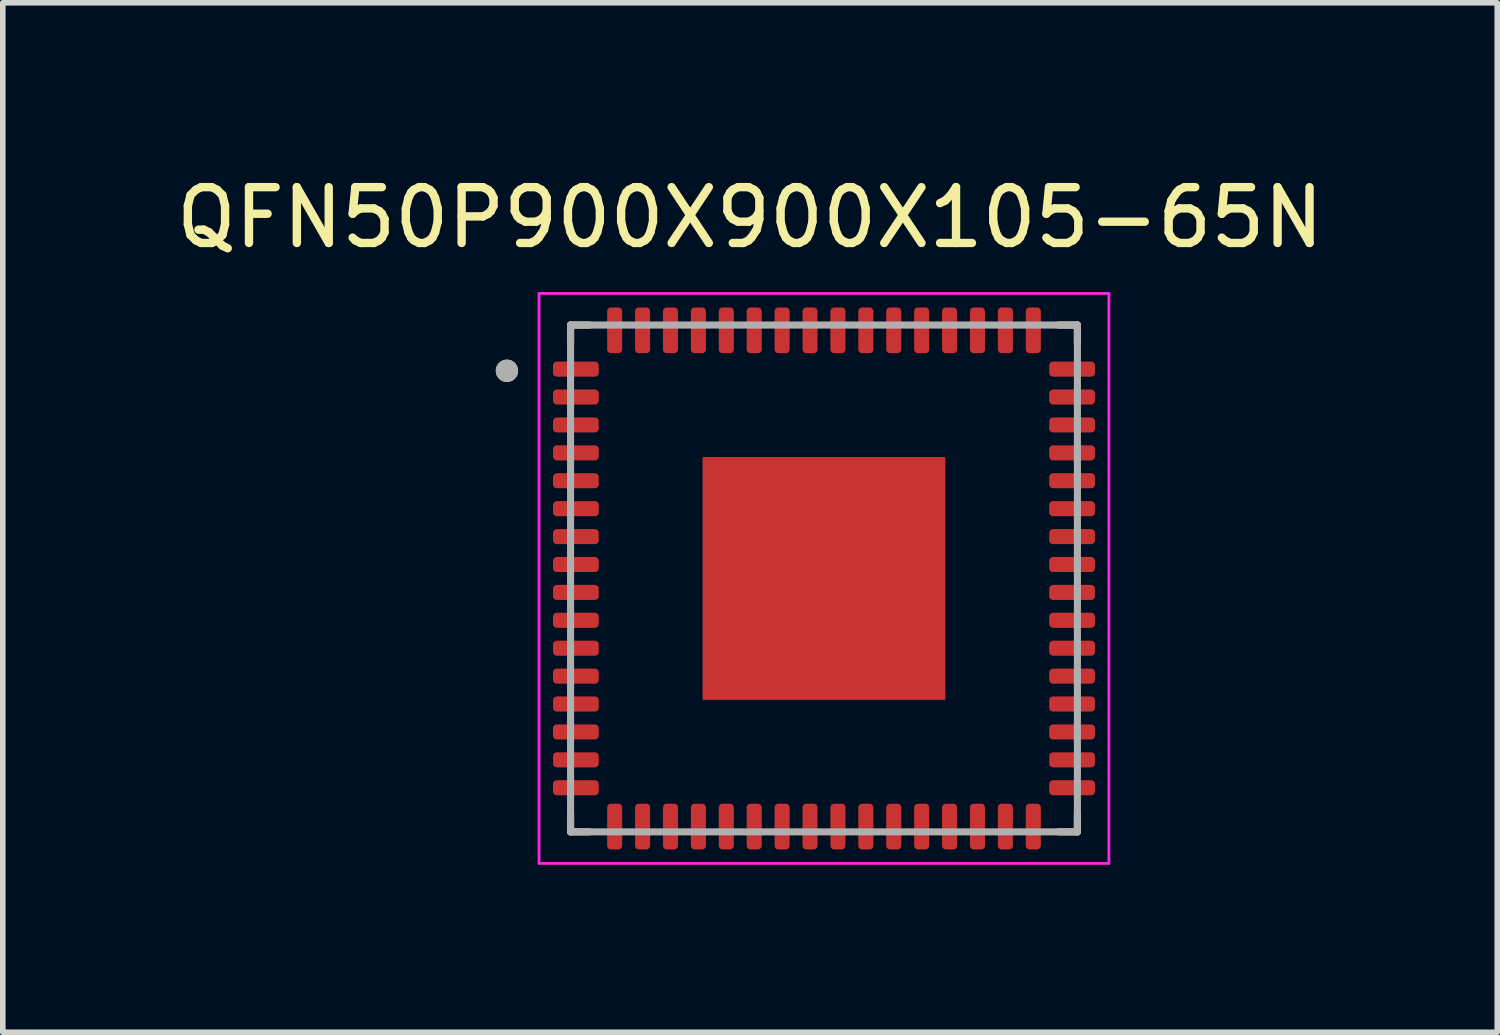
<source format=kicad_pcb>
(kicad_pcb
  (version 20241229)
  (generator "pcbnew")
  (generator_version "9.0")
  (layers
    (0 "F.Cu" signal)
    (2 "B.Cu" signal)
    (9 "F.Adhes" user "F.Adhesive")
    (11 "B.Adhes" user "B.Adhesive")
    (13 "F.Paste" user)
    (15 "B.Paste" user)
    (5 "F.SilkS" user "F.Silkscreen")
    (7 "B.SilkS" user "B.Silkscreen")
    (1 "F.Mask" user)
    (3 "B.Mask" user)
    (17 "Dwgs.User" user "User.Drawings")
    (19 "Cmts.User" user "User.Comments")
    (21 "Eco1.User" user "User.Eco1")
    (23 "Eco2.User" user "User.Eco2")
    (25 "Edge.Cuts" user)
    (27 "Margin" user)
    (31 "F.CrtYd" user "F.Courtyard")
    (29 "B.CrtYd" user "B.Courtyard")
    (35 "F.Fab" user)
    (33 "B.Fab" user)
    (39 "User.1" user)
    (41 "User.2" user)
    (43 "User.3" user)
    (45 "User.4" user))
  (footprint "QFN50P900X900X105-65N"
    (layer "F.Cu")
    (at 11.712 7.313)
    (property "Reference" "QFN50P900X900X105-65N" (at -1.325 -6.465 0) (layer "F.SilkS") (effects (font (size 1 1) (thickness 0.15))))
    (attr smd)
    (fp_line (start -4.54 -4.54) (end -4.54 -4.205) (stroke (width 0.127) (type solid)) (layer "F.SilkS"))
    (fp_line (start -4.54 -4.54) (end -4.205 -4.54) (stroke (width 0.127) (type solid)) (layer "F.SilkS"))
    (fp_line (start -4.54 4.54) (end -4.54 4.205) (stroke (width 0.127) (type solid)) (layer "F.SilkS"))
    (fp_line (start -4.54 4.54) (end -4.205 4.54) (stroke (width 0.127) (type solid)) (layer "F.SilkS"))
    (fp_line (start 4.54 -4.54) (end 4.205 -4.54) (stroke (width 0.127) (type solid)) (layer "F.SilkS"))
    (fp_line (start 4.54 -4.54) (end 4.54 -4.205) (stroke (width 0.127) (type solid)) (layer "F.SilkS"))
    (fp_line (start 4.54 4.54) (end 4.205 4.54) (stroke (width 0.127) (type solid)) (layer "F.SilkS"))
    (fp_line (start 4.54 4.54) (end 4.54 4.205) (stroke (width 0.127) (type solid)) (layer "F.SilkS"))
    (fp_circle (center -5.68 -3.72) (end -5.58 -3.72) (stroke (width 0.2) (type solid)) (fill no) (layer "F.SilkS"))
    (fp_poly (pts (xy -1.86 -1.86) (xy -0.32 -1.86) (xy -0.32 -0.32) (xy -1.86 -0.32)) (stroke (width 0.01) (type solid)) (fill yes) (layer "F.Paste"))
    (fp_poly (pts (xy -1.86 0.32) (xy -0.32 0.32) (xy -0.32 1.86) (xy -1.86 1.86)) (stroke (width 0.01) (type solid)) (fill yes) (layer "F.Paste"))
    (fp_poly (pts (xy 0.32 -1.86) (xy 1.86 -1.86) (xy 1.86 -0.32) (xy 0.32 -0.32)) (stroke (width 0.01) (type solid)) (fill yes) (layer "F.Paste"))
    (fp_poly (pts (xy 0.32 0.32) (xy 1.86 0.32) (xy 1.86 1.86) (xy 0.32 1.86)) (stroke (width 0.01) (type solid)) (fill yes) (layer "F.Paste"))
    (fp_line (start -5.105 -5.105) (end 5.105 -5.105) (stroke (width 0.05) (type solid)) (layer "F.CrtYd"))
    (fp_line (start -5.105 5.105) (end -5.105 -5.105) (stroke (width 0.05) (type solid)) (layer "F.CrtYd"))
    (fp_line (start 5.105 -5.105) (end 5.105 5.105) (stroke (width 0.05) (type solid)) (layer "F.CrtYd"))
    (fp_line (start 5.105 5.105) (end -5.105 5.105) (stroke (width 0.05) (type solid)) (layer "F.CrtYd"))
    (fp_poly (pts (xy 0 -2.575) (xy 0 -3.635) (xy -3.635 -3.635) (xy -3.635 3.635) (xy 0 3.635) (xy 0 2.575) (xy -2.575 2.575) (xy -2.575 -2.575)) (stroke (width 0.0001) (type solid)) (fill no) (layer "F.CrtYd"))
    (fp_poly (pts (xy 0 2.575) (xy 0 3.635) (xy 3.635 3.635) (xy 3.635 -3.635) (xy 0 -3.635) (xy 0 -2.575) (xy 2.575 -2.575) (xy 2.575 2.575)) (stroke (width 0.0001) (type solid)) (fill no) (layer "F.CrtYd"))
    (fp_line (start -4.54 -4.54) (end 4.54 -4.54) (stroke (width 0.127) (type solid)) (layer "F.Fab"))
    (fp_line (start -4.54 4.54) (end -4.54 -4.54) (stroke (width 0.127) (type solid)) (layer "F.Fab"))
    (fp_line (start 4.54 -4.54) (end 4.54 4.54) (stroke (width 0.127) (type solid)) (layer "F.Fab"))
    (fp_line (start 4.54 4.54) (end -4.54 4.54) (stroke (width 0.127) (type solid)) (layer "F.Fab"))
    (fp_circle (center -5.68 -3.72) (end -5.58 -3.72) (stroke (width 0.2) (type solid)) (fill no) (layer "F.Fab"))
    (pad "1" smd roundrect (at -4.445 -3.75) (size 0.82 0.27) (layers "F.Cu" "F.Mask" "F.Paste") (roundrect_rratio 0.25))
    (pad "2" smd roundrect (at -4.445 -3.25) (size 0.82 0.27) (layers "F.Cu" "F.Mask" "F.Paste") (roundrect_rratio 0.25))
    (pad "3" smd roundrect (at -4.445 -2.75) (size 0.82 0.27) (layers "F.Cu" "F.Mask" "F.Paste") (roundrect_rratio 0.25))
    (pad "4" smd roundrect (at -4.445 -2.25) (size 0.82 0.27) (layers "F.Cu" "F.Mask" "F.Paste") (roundrect_rratio 0.25))
    (pad "5" smd roundrect (at -4.445 -1.75) (size 0.82 0.27) (layers "F.Cu" "F.Mask" "F.Paste") (roundrect_rratio 0.25))
    (pad "6" smd roundrect (at -4.445 -1.25) (size 0.82 0.27) (layers "F.Cu" "F.Mask" "F.Paste") (roundrect_rratio 0.25))
    (pad "7" smd roundrect (at -4.445 -0.75) (size 0.82 0.27) (layers "F.Cu" "F.Mask" "F.Paste") (roundrect_rratio 0.25))
    (pad "8" smd roundrect (at -4.445 -0.25) (size 0.82 0.27) (layers "F.Cu" "F.Mask" "F.Paste") (roundrect_rratio 0.25))
    (pad "9" smd roundrect (at -4.445 0.25) (size 0.82 0.27) (layers "F.Cu" "F.Mask" "F.Paste") (roundrect_rratio 0.25))
    (pad "10" smd roundrect (at -4.445 0.75) (size 0.82 0.27) (layers "F.Cu" "F.Mask" "F.Paste") (roundrect_rratio 0.25))
    (pad "11" smd roundrect (at -4.445 1.25) (size 0.82 0.27) (layers "F.Cu" "F.Mask" "F.Paste") (roundrect_rratio 0.25))
    (pad "12" smd roundrect (at -4.445 1.75) (size 0.82 0.27) (layers "F.Cu" "F.Mask" "F.Paste") (roundrect_rratio 0.25))
    (pad "13" smd roundrect (at -4.445 2.25) (size 0.82 0.27) (layers "F.Cu" "F.Mask" "F.Paste") (roundrect_rratio 0.25))
    (pad "14" smd roundrect (at -4.445 2.75) (size 0.82 0.27) (layers "F.Cu" "F.Mask" "F.Paste") (roundrect_rratio 0.25))
    (pad "15" smd roundrect (at -4.445 3.25) (size 0.82 0.27) (layers "F.Cu" "F.Mask" "F.Paste") (roundrect_rratio 0.25))
    (pad "16" smd roundrect (at -4.445 3.75) (size 0.82 0.27) (layers "F.Cu" "F.Mask" "F.Paste") (roundrect_rratio 0.25))
    (pad "17" smd roundrect (at -3.75 4.445) (size 0.27 0.82) (layers "F.Cu" "F.Mask" "F.Paste") (roundrect_rratio 0.25))
    (pad "18" smd roundrect (at -3.25 4.445) (size 0.27 0.82) (layers "F.Cu" "F.Mask" "F.Paste") (roundrect_rratio 0.25))
    (pad "19" smd roundrect (at -2.75 4.445) (size 0.27 0.82) (layers "F.Cu" "F.Mask" "F.Paste") (roundrect_rratio 0.25))
    (pad "20" smd roundrect (at -2.25 4.445) (size 0.27 0.82) (layers "F.Cu" "F.Mask" "F.Paste") (roundrect_rratio 0.25))
    (pad "21" smd roundrect (at -1.75 4.445) (size 0.27 0.82) (layers "F.Cu" "F.Mask" "F.Paste") (roundrect_rratio 0.25))
    (pad "22" smd roundrect (at -1.25 4.445) (size 0.27 0.82) (layers "F.Cu" "F.Mask" "F.Paste") (roundrect_rratio 0.25))
    (pad "23" smd roundrect (at -0.75 4.445) (size 0.27 0.82) (layers "F.Cu" "F.Mask" "F.Paste") (roundrect_rratio 0.25))
    (pad "24" smd roundrect (at -0.25 4.445) (size 0.27 0.82) (layers "F.Cu" "F.Mask" "F.Paste") (roundrect_rratio 0.25))
    (pad "25" smd roundrect (at 0.25 4.445) (size 0.27 0.82) (layers "F.Cu" "F.Mask" "F.Paste") (roundrect_rratio 0.25))
    (pad "26" smd roundrect (at 0.75 4.445) (size 0.27 0.82) (layers "F.Cu" "F.Mask" "F.Paste") (roundrect_rratio 0.25))
    (pad "27" smd roundrect (at 1.25 4.445) (size 0.27 0.82) (layers "F.Cu" "F.Mask" "F.Paste") (roundrect_rratio 0.25))
    (pad "28" smd roundrect (at 1.75 4.445) (size 0.27 0.82) (layers "F.Cu" "F.Mask" "F.Paste") (roundrect_rratio 0.25))
    (pad "29" smd roundrect (at 2.25 4.445) (size 0.27 0.82) (layers "F.Cu" "F.Mask" "F.Paste") (roundrect_rratio 0.25))
    (pad "30" smd roundrect (at 2.75 4.445) (size 0.27 0.82) (layers "F.Cu" "F.Mask" "F.Paste") (roundrect_rratio 0.25))
    (pad "31" smd roundrect (at 3.25 4.445) (size 0.27 0.82) (layers "F.Cu" "F.Mask" "F.Paste") (roundrect_rratio 0.25))
    (pad "32" smd roundrect (at 3.75 4.445) (size 0.27 0.82) (layers "F.Cu" "F.Mask" "F.Paste") (roundrect_rratio 0.25))
    (pad "33" smd roundrect (at 4.445 3.75) (size 0.82 0.27) (layers "F.Cu" "F.Mask" "F.Paste") (roundrect_rratio 0.25))
    (pad "34" smd roundrect (at 4.445 3.25) (size 0.82 0.27) (layers "F.Cu" "F.Mask" "F.Paste") (roundrect_rratio 0.25))
    (pad "35" smd roundrect (at 4.445 2.75) (size 0.82 0.27) (layers "F.Cu" "F.Mask" "F.Paste") (roundrect_rratio 0.25))
    (pad "36" smd roundrect (at 4.445 2.25) (size 0.82 0.27) (layers "F.Cu" "F.Mask" "F.Paste") (roundrect_rratio 0.25))
    (pad "37" smd roundrect (at 4.445 1.75) (size 0.82 0.27) (layers "F.Cu" "F.Mask" "F.Paste") (roundrect_rratio 0.25))
    (pad "38" smd roundrect (at 4.445 1.25) (size 0.82 0.27) (layers "F.Cu" "F.Mask" "F.Paste") (roundrect_rratio 0.25))
    (pad "39" smd roundrect (at 4.445 0.75) (size 0.82 0.27) (layers "F.Cu" "F.Mask" "F.Paste") (roundrect_rratio 0.25))
    (pad "40" smd roundrect (at 4.445 0.25) (size 0.82 0.27) (layers "F.Cu" "F.Mask" "F.Paste") (roundrect_rratio 0.25))
    (pad "41" smd roundrect (at 4.445 -0.25) (size 0.82 0.27) (layers "F.Cu" "F.Mask" "F.Paste") (roundrect_rratio 0.25))
    (pad "42" smd roundrect (at 4.445 -0.75) (size 0.82 0.27) (layers "F.Cu" "F.Mask" "F.Paste") (roundrect_rratio 0.25))
    (pad "43" smd roundrect (at 4.445 -1.25) (size 0.82 0.27) (layers "F.Cu" "F.Mask" "F.Paste") (roundrect_rratio 0.25))
    (pad "44" smd roundrect (at 4.445 -1.75) (size 0.82 0.27) (layers "F.Cu" "F.Mask" "F.Paste") (roundrect_rratio 0.25))
    (pad "45" smd roundrect (at 4.445 -2.25) (size 0.82 0.27) (layers "F.Cu" "F.Mask" "F.Paste") (roundrect_rratio 0.25))
    (pad "46" smd roundrect (at 4.445 -2.75) (size 0.82 0.27) (layers "F.Cu" "F.Mask" "F.Paste") (roundrect_rratio 0.25))
    (pad "47" smd roundrect (at 4.445 -3.25) (size 0.82 0.27) (layers "F.Cu" "F.Mask" "F.Paste") (roundrect_rratio 0.25))
    (pad "48" smd roundrect (at 4.445 -3.75) (size 0.82 0.27) (layers "F.Cu" "F.Mask" "F.Paste") (roundrect_rratio 0.25))
    (pad "49" smd roundrect (at 3.75 -4.445) (size 0.27 0.82) (layers "F.Cu" "F.Mask" "F.Paste") (roundrect_rratio 0.25))
    (pad "50" smd roundrect (at 3.25 -4.445) (size 0.27 0.82) (layers "F.Cu" "F.Mask" "F.Paste") (roundrect_rratio 0.25))
    (pad "51" smd roundrect (at 2.75 -4.445) (size 0.27 0.82) (layers "F.Cu" "F.Mask" "F.Paste") (roundrect_rratio 0.25))
    (pad "52" smd roundrect (at 2.25 -4.445) (size 0.27 0.82) (layers "F.Cu" "F.Mask" "F.Paste") (roundrect_rratio 0.25))
    (pad "53" smd roundrect (at 1.75 -4.445) (size 0.27 0.82) (layers "F.Cu" "F.Mask" "F.Paste") (roundrect_rratio 0.25))
    (pad "54" smd roundrect (at 1.25 -4.445) (size 0.27 0.82) (layers "F.Cu" "F.Mask" "F.Paste") (roundrect_rratio 0.25))
    (pad "55" smd roundrect (at 0.75 -4.445) (size 0.27 0.82) (layers "F.Cu" "F.Mask" "F.Paste") (roundrect_rratio 0.25))
    (pad "56" smd roundrect (at 0.25 -4.445) (size 0.27 0.82) (layers "F.Cu" "F.Mask" "F.Paste") (roundrect_rratio 0.25))
    (pad "57" smd roundrect (at -0.25 -4.445) (size 0.27 0.82) (layers "F.Cu" "F.Mask" "F.Paste") (roundrect_rratio 0.25))
    (pad "58" smd roundrect (at -0.75 -4.445) (size 0.27 0.82) (layers "F.Cu" "F.Mask" "F.Paste") (roundrect_rratio 0.25))
    (pad "59" smd roundrect (at -1.25 -4.445) (size 0.27 0.82) (layers "F.Cu" "F.Mask" "F.Paste") (roundrect_rratio 0.25))
    (pad "60" smd roundrect (at -1.75 -4.445) (size 0.27 0.82) (layers "F.Cu" "F.Mask" "F.Paste") (roundrect_rratio 0.25))
    (pad "61" smd roundrect (at -2.25 -4.445) (size 0.27 0.82) (layers "F.Cu" "F.Mask" "F.Paste") (roundrect_rratio 0.25))
    (pad "62" smd roundrect (at -2.75 -4.445) (size 0.27 0.82) (layers "F.Cu" "F.Mask" "F.Paste") (roundrect_rratio 0.25))
    (pad "63" smd roundrect (at -3.25 -4.445) (size 0.27 0.82) (layers "F.Cu" "F.Mask" "F.Paste") (roundrect_rratio 0.25))
    (pad "64" smd roundrect (at -3.75 -4.445) (size 0.27 0.82) (layers "F.Cu" "F.Mask" "F.Paste") (roundrect_rratio 0.25))
    (pad "65" smd rect (at 0 0) (size 4.35 4.35) (layers "F.Cu" "F.Mask")))
  (gr_rect
    (start -3 -3)
    (end 23.774 15.443)
    (stroke (width 0.1) (type default))
    (fill no)
    (layer "Edge.Cuts")))
</source>
